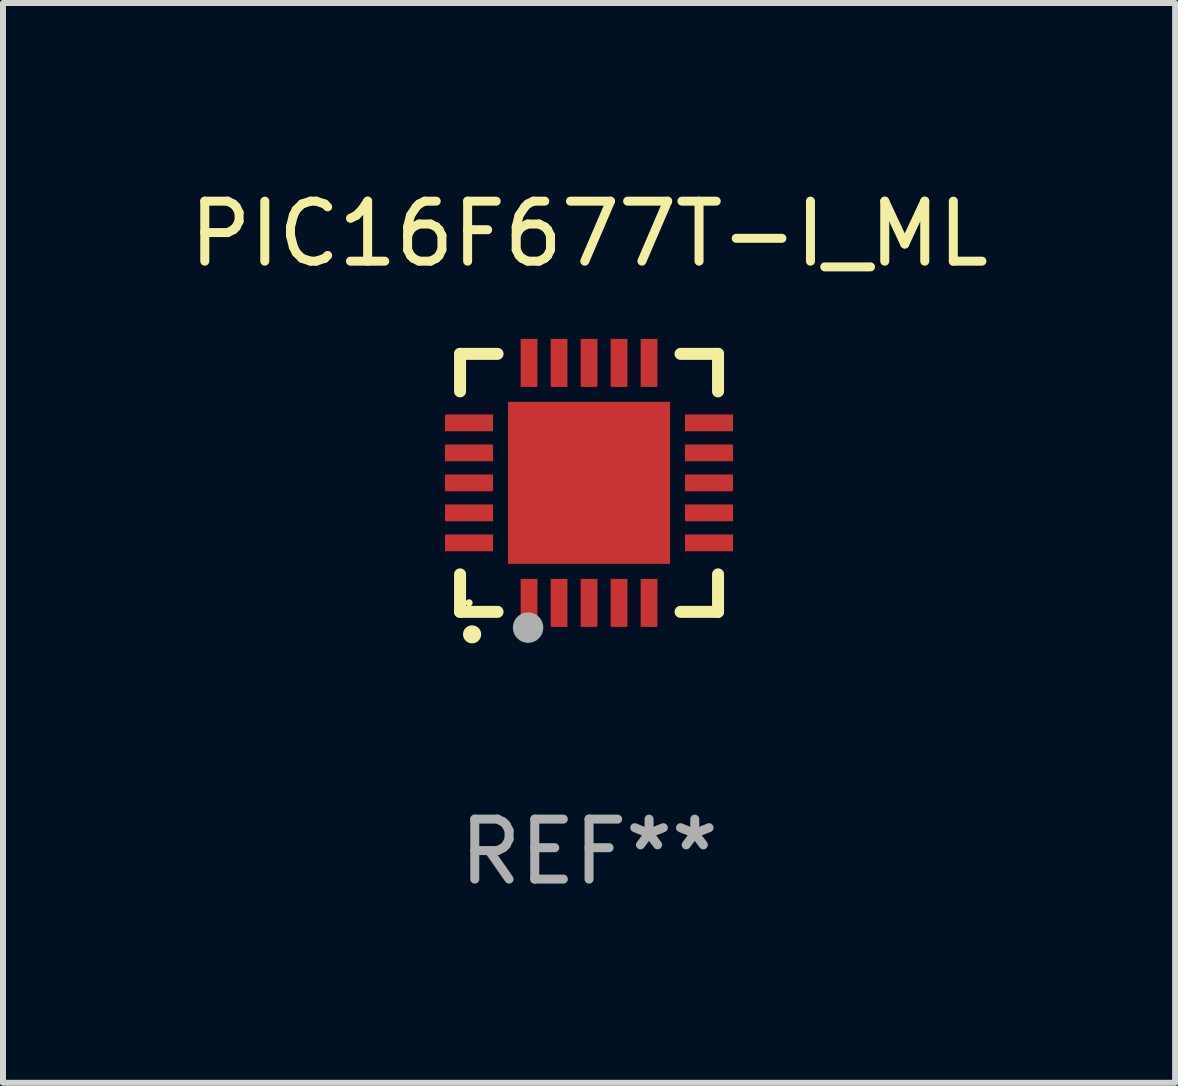
<source format=kicad_pcb>
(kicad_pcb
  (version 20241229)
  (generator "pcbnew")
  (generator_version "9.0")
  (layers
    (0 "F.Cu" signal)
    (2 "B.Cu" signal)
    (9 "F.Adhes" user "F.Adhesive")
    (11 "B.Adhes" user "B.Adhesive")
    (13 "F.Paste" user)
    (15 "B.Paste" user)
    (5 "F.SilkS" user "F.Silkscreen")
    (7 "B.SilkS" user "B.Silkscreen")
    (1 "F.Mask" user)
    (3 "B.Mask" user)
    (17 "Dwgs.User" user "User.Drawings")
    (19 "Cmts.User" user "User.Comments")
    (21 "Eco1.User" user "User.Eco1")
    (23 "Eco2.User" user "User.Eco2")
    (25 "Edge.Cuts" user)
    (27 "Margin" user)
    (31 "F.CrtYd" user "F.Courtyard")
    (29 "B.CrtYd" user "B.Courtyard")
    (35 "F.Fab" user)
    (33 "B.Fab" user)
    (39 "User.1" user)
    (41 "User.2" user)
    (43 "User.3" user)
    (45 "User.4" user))
  (footprint "PIC16F677T-I_ML"
    (layer "F.Cu")
    (at 6.768 4.998)
    (property "Reference" "PIC16F677T-I_ML" (at 0 -4.15 0) (layer "F.SilkS") (effects (font (size 1 1) (thickness 0.15))))
    (attr through_hole)
    (fp_line (start -2.15 -2.15) (end -2.15 -1.525) (stroke (width 0.2) (type solid)) (layer "F.SilkS"))
    (fp_line (start -2.15 2.15) (end -2.15 1.525) (stroke (width 0.2) (type solid)) (layer "F.SilkS"))
    (fp_line (start -1.525 -2.15) (end -2.15 -2.15) (stroke (width 0.2) (type solid)) (layer "F.SilkS"))
    (fp_line (start -1.525 2.15) (end -2.15 2.15) (stroke (width 0.2) (type solid)) (layer "F.SilkS"))
    (fp_line (start 1.525 2.15) (end 2.15 2.15) (stroke (width 0.2) (type solid)) (layer "F.SilkS"))
    (fp_line (start 2.15 -2.15) (end 1.525 -2.15) (stroke (width 0.2) (type solid)) (layer "F.SilkS"))
    (fp_line (start 2.15 -1.525) (end 2.15 -2.15) (stroke (width 0.2) (type solid)) (layer "F.SilkS"))
    (fp_line (start 2.15 2.15) (end 2.15 1.525) (stroke (width 0.2) (type solid)) (layer "F.SilkS"))
    (fp_arc (start -1.950724 2.524765) (mid -1.949454 2.52476) (end -1.948184 2.524765) (stroke (width 0.3) (type solid)) (layer "F.SilkS"))
    (fp_circle (center -2 2) (end -1.97 2) (stroke (width 0.06) (type solid)) (fill no) (layer "F.SilkS"))
    (fp_circle (center -1.016 2.413) (end -0.889 2.413) (stroke (width 0.254) (type solid)) (fill no) (layer "F.Fab"))
    (fp_text user "REF**" (at 0 6.15 0) (layer "F.Fab") (effects (font (size 1 1) (thickness 0.15))))
    (pad "1" smd rect (at -1 2) (size 0.28 0.8) (layers "F.Cu" "F.Mask" "F.Paste"))
    (pad "2" smd rect (at -0.5 2) (size 0.28 0.8) (layers "F.Cu" "F.Mask" "F.Paste"))
    (pad "3" smd rect (at 0 2) (size 0.28 0.8) (layers "F.Cu" "F.Mask" "F.Paste"))
    (pad "4" smd rect (at 0.5 2) (size 0.28 0.8) (layers "F.Cu" "F.Mask" "F.Paste"))
    (pad "5" smd rect (at 1 2) (size 0.28 0.8) (layers "F.Cu" "F.Mask" "F.Paste"))
    (pad "6" smd rect (at 2 1) (size 0.8 0.28) (layers "F.Cu" "F.Mask" "F.Paste"))
    (pad "7" smd rect (at 2 0.5) (size 0.8 0.28) (layers "F.Cu" "F.Mask" "F.Paste"))
    (pad "8" smd rect (at 2 0) (size 0.8 0.28) (layers "F.Cu" "F.Mask" "F.Paste"))
    (pad "9" smd rect (at 2 -0.5) (size 0.8 0.28) (layers "F.Cu" "F.Mask" "F.Paste"))
    (pad "10" smd rect (at 2 -1) (size 0.8 0.28) (layers "F.Cu" "F.Mask" "F.Paste"))
    (pad "11" smd rect (at 1 -2) (size 0.28 0.8) (layers "F.Cu" "F.Mask" "F.Paste"))
    (pad "12" smd rect (at 0.5 -2) (size 0.28 0.8) (layers "F.Cu" "F.Mask" "F.Paste"))
    (pad "13" smd rect (at 0 -2) (size 0.28 0.8) (layers "F.Cu" "F.Mask" "F.Paste"))
    (pad "14" smd rect (at -0.5 -2) (size 0.28 0.8) (layers "F.Cu" "F.Mask" "F.Paste"))
    (pad "15" smd rect (at -1 -2) (size 0.28 0.8) (layers "F.Cu" "F.Mask" "F.Paste"))
    (pad "16" smd rect (at -2 -1) (size 0.8 0.28) (layers "F.Cu" "F.Mask" "F.Paste"))
    (pad "17" smd rect (at -2 -0.5) (size 0.8 0.28) (layers "F.Cu" "F.Mask" "F.Paste"))
    (pad "18" smd rect (at -2 0) (size 0.8 0.28) (layers "F.Cu" "F.Mask" "F.Paste"))
    (pad "19" smd rect (at -2 0.5) (size 0.8 0.28) (layers "F.Cu" "F.Mask" "F.Paste"))
    (pad "20" smd rect (at -2 1) (size 0.8 0.28) (layers "F.Cu" "F.Mask" "F.Paste"))
    (pad "21" smd rect (at 0 0) (size 2.7 2.7) (layers "F.Cu" "F.Mask" "F.Paste")))
  (gr_rect
    (start -3 -3)
    (end 16.536 14.997)
    (stroke (width 0.1) (type default))
    (fill no)
    (layer "Edge.Cuts")))
</source>
